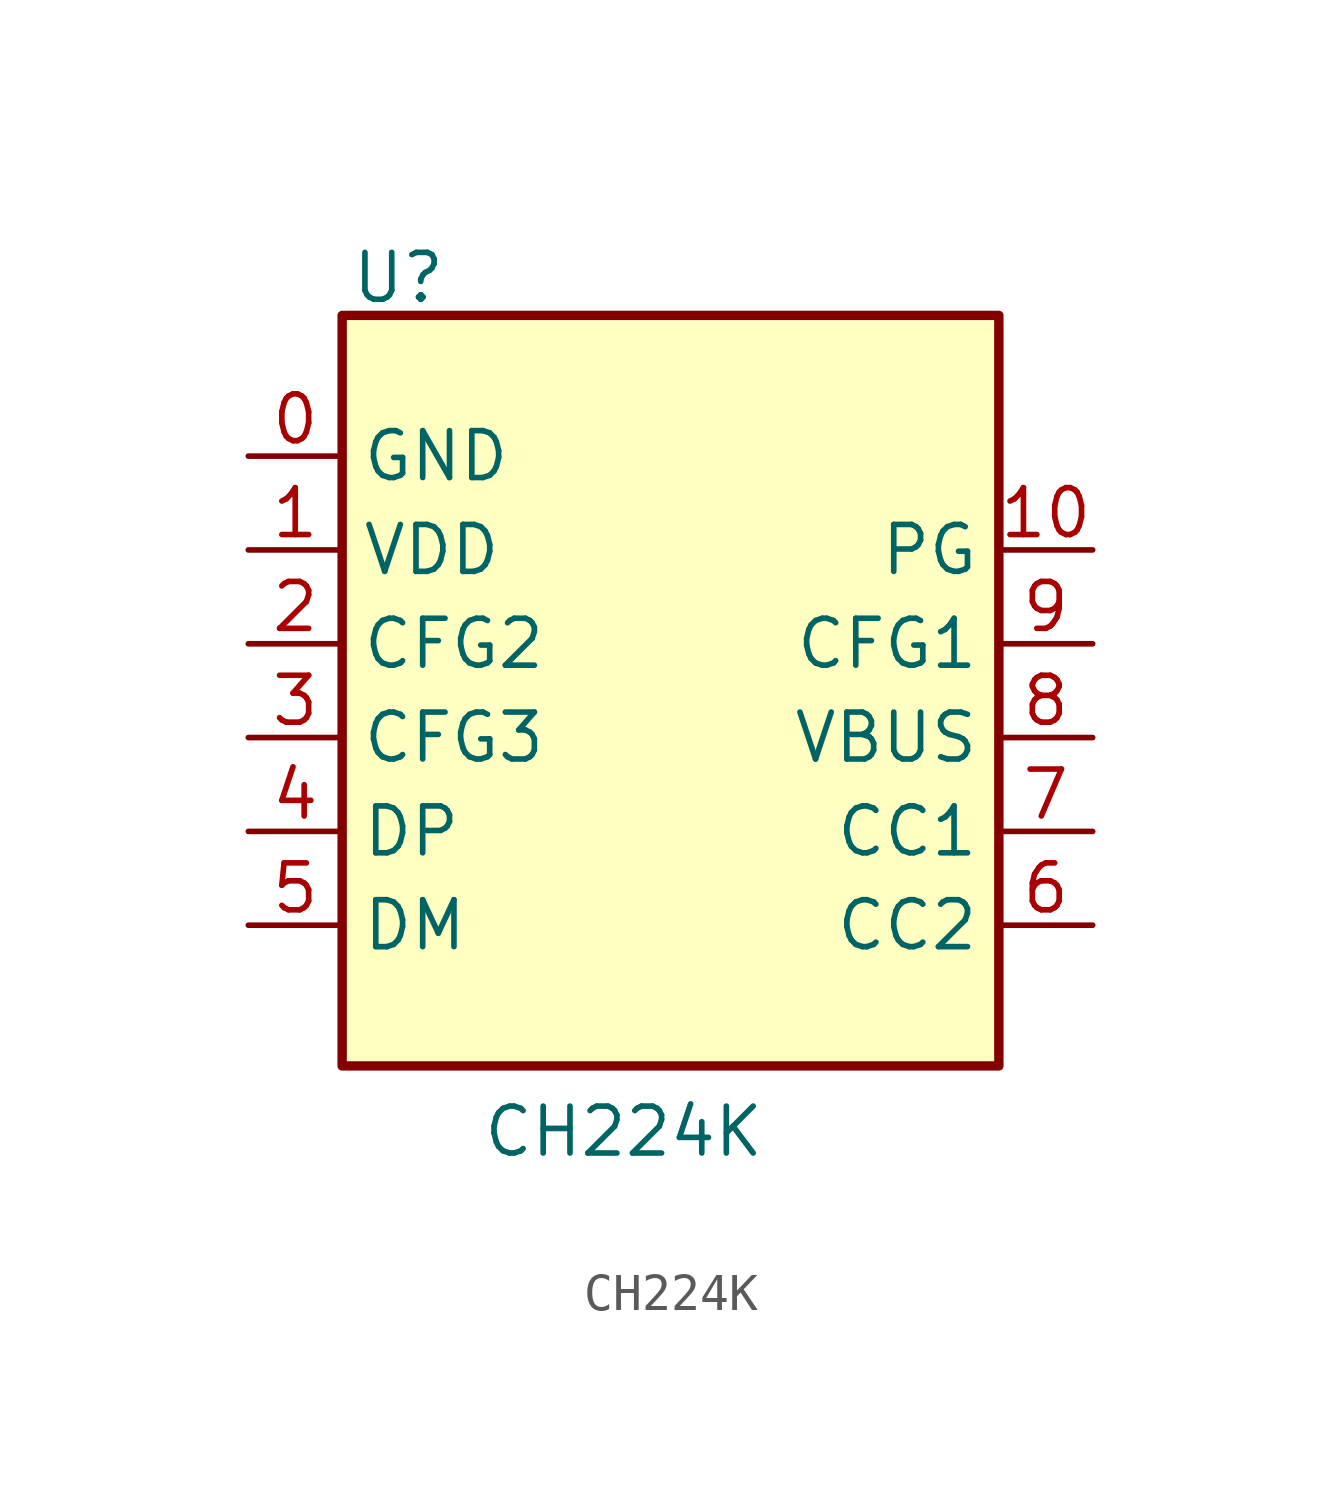
<source format=kicad_sym>
(kicad_symbol_lib
  (version 20231120)
  (generator "kicad_symbol_editor")
  (generator_version "8.0")
  (symbol "CH224K"
    (property "Reference" "U"
      (at -6.096 21.336 0)
      (effects (font (size 1.27 1.27))))
    (property "Value" "CH224K"
      (at 0 -1.778 0)
      (effects (font (size 1.27 1.27))))
    (symbol "CH224K_1_0"
      (rectangle (start -7.62 20.32) (end 10.16 0) (stroke (width 0.254) (type default)) (fill (type background))))
    (symbol "CH224K_1_1"
      (pin power_in line (at -10.16 16.51 0) (length 2.54) (name "GND" (effects (font (size 1.27 1.27)))) (number "0" (effects (font (size 1.27 1.27)))))
      (pin power_in line (at -10.16 13.97 0) (length 2.54) (name "VDD" (effects (font (size 1.27 1.27)))) (number "1" (effects (font (size 1.27 1.27)))))
      (pin output line (at 12.7 13.97 180) (length 2.54) (name "PG" (effects (font (size 1.27 1.27)))) (number "10" (effects (font (size 1.27 1.27)))))
      (pin bidirectional line (at -10.16 11.43 0) (length 2.54) (name "CFG2" (effects (font (size 1.27 1.27)))) (number "2" (effects (font (size 1.27 1.27)))))
      (pin bidirectional line (at -10.16 8.89 0) (length 2.54) (name "CFG3" (effects (font (size 1.27 1.27)))) (number "3" (effects (font (size 1.27 1.27)))))
      (pin bidirectional line (at -10.16 6.35 0) (length 2.54) (name "DP" (effects (font (size 1.27 1.27)))) (number "4" (effects (font (size 1.27 1.27)))))
      (pin bidirectional line (at -10.16 3.81 0) (length 2.54) (name "DM" (effects (font (size 1.27 1.27)))) (number "5" (effects (font (size 1.27 1.27)))))
      (pin bidirectional line (at 12.7 3.81 180) (length 2.54) (name "CC2" (effects (font (size 1.27 1.27)))) (number "6" (effects (font (size 1.27 1.27)))))
      (pin bidirectional line (at 12.7 6.35 180) (length 2.54) (name "CC1" (effects (font (size 1.27 1.27)))) (number "7" (effects (font (size 1.27 1.27)))))
      (pin power_in line (at 12.7 8.89 180) (length 2.54) (name "VBUS" (effects (font (size 1.27 1.27)))) (number "8" (effects (font (size 1.27 1.27)))))
      (pin bidirectional line (at 12.7 11.43 180) (length 2.54) (name "CFG1" (effects (font (size 1.27 1.27)))) (number "9" (effects (font (size 1.27 1.27))))))))
</source>
